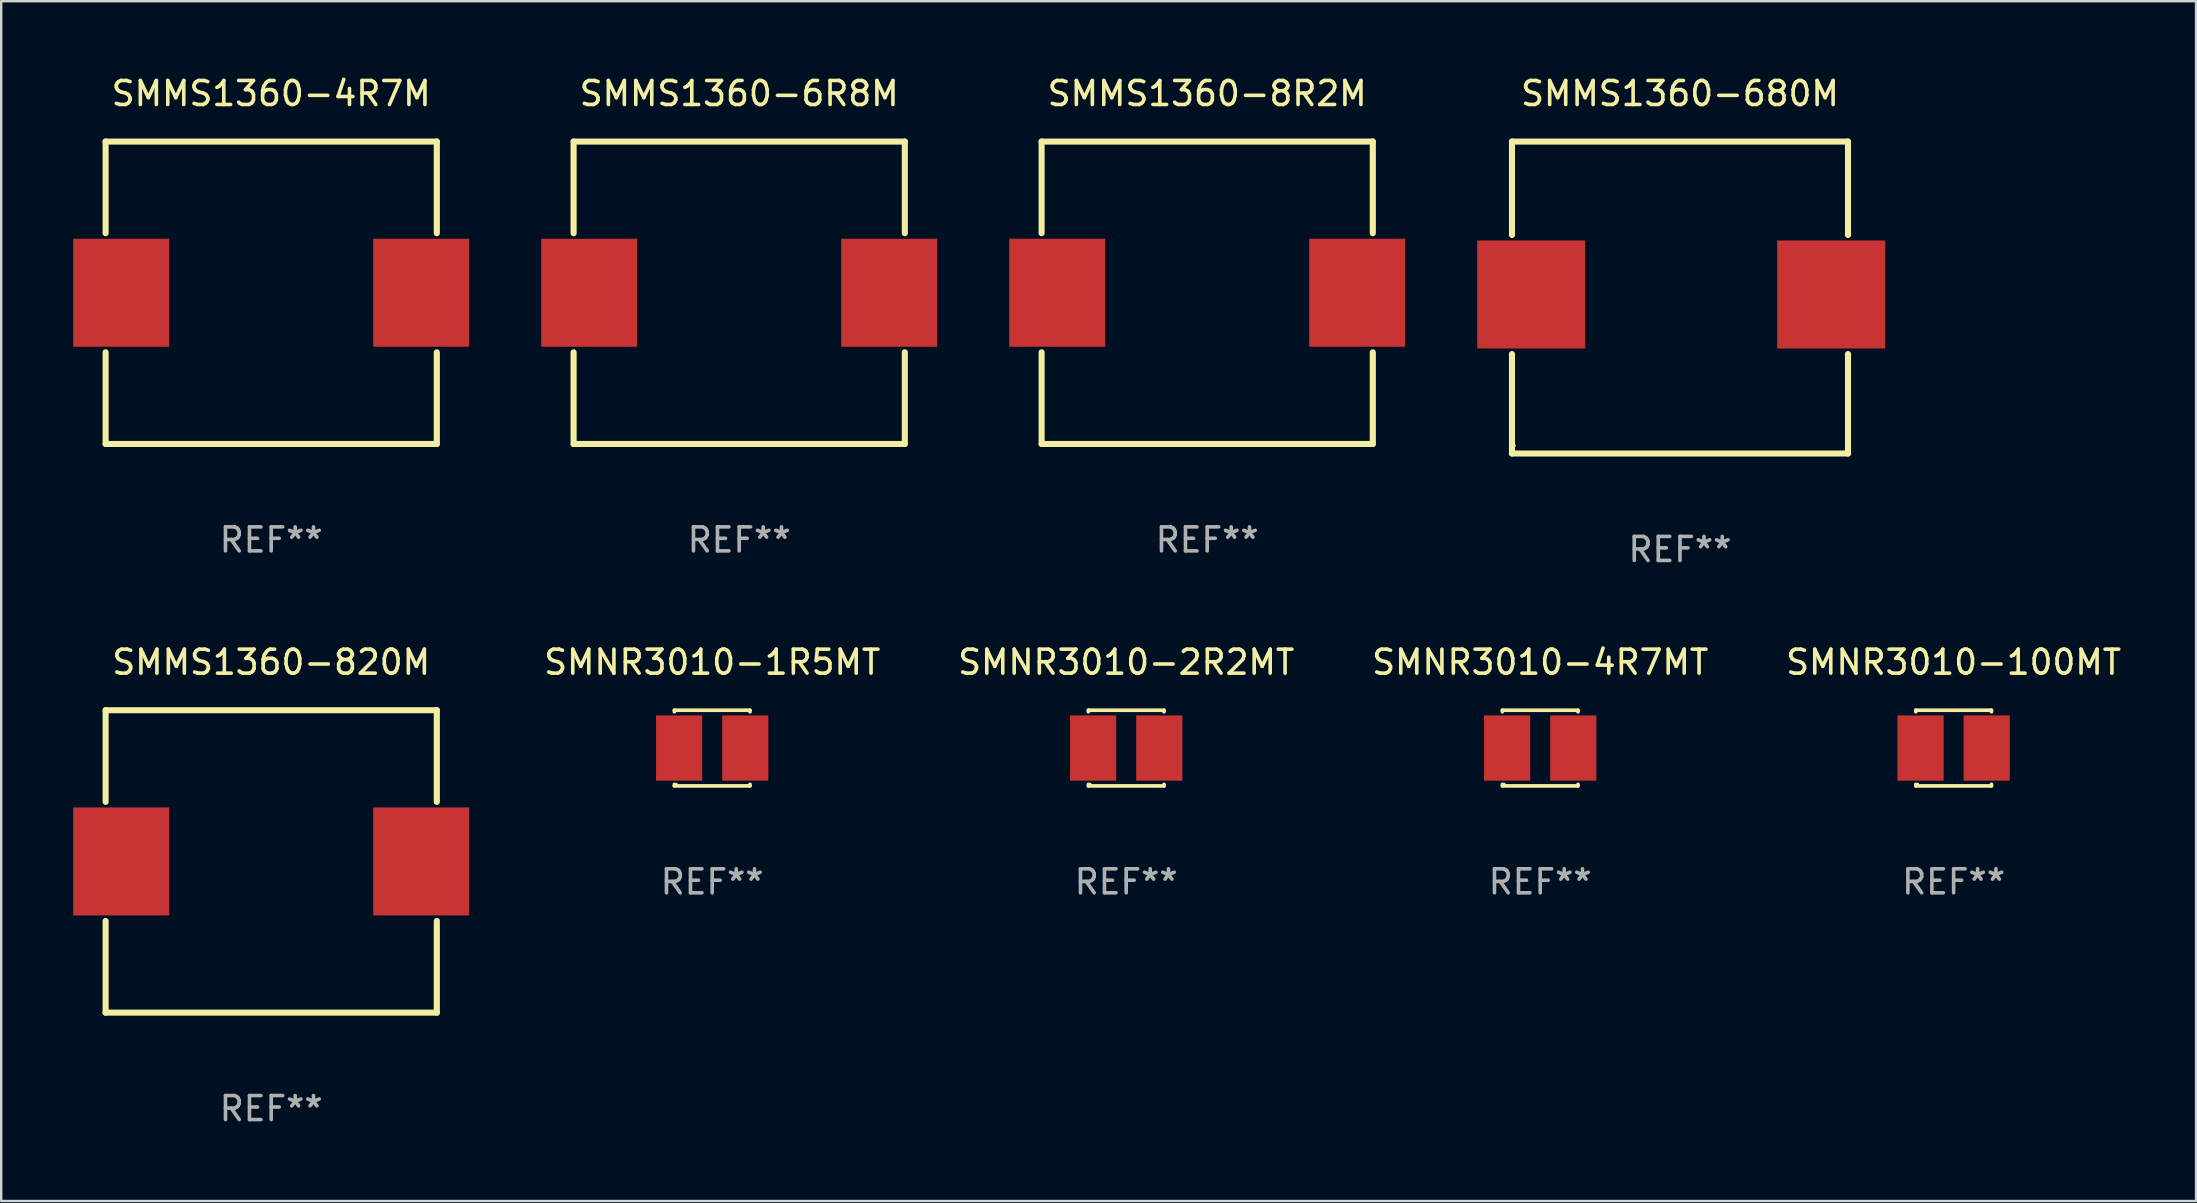
<source format=kicad_pcb>
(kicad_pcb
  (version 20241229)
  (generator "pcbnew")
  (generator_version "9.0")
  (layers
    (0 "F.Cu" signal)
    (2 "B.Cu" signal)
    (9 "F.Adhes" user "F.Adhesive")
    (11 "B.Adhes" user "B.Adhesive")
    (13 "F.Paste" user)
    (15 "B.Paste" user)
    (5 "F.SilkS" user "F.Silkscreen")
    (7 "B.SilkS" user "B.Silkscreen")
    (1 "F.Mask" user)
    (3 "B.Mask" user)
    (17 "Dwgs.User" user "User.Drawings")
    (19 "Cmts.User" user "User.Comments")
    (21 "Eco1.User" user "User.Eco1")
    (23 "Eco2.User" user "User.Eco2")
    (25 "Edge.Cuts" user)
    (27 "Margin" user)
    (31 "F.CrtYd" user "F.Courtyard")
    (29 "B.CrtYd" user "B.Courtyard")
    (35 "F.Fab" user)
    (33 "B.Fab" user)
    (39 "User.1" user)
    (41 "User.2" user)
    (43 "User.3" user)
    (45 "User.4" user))
  (footprint "SMNR3010-2R2MT"
    (layer "F.Cu")
    (at 43.875 28.119)
    (property "Reference" "SMNR3010-2R2MT" (at 0 -3.576 0) (layer "F.SilkS") (effects (font (size 1 1) (thickness 0.15))))
    (attr through_hole)
    (fp_line (start -1.576 -1.576) (end 1.576 -1.576) (stroke (width 0.152) (type solid)) (layer "F.SilkS"))
    (fp_line (start -1.576 -1.512) (end -1.576 -1.576) (stroke (width 0.152) (type solid)) (layer "F.SilkS"))
    (fp_line (start -1.576 1.512) (end -1.576 1.576) (stroke (width 0.152) (type solid)) (layer "F.SilkS"))
    (fp_line (start -1.576 1.576) (end 1.576 1.576) (stroke (width 0.152) (type solid)) (layer "F.SilkS"))
    (fp_line (start 1.576 -1.576) (end 1.576 -1.512) (stroke (width 0.152) (type solid)) (layer "F.SilkS"))
    (fp_line (start 1.576 1.576) (end 1.576 1.512) (stroke (width 0.152) (type solid)) (layer "F.SilkS"))
    (fp_circle (center -1.5 1.5) (end -1.47 1.5) (stroke (width 0.06) (type solid)) (fill no) (layer "F.SilkS"))
    (fp_text user "REF**" (at 0 5.576 0) (layer "F.Fab") (effects (font (size 1 1) (thickness 0.15))))
    (pad "1" smd rect (at 1.378 0) (size 1.924 2.72) (layers "F.Cu" "F.Mask" "F.Paste"))
    (pad "2" smd rect (at -1.378 0) (size 1.924 2.72) (layers "F.Cu" "F.Mask" "F.Paste")))
  (footprint "SMMS1360-820M"
    (layer "F.Cu")
    (at 8.25 32.843)
    (property "Reference" "SMMS1360-820M" (at 0 -8.3 0) (layer "F.SilkS") (effects (font (size 1 1) (thickness 0.15))))
    (attr through_hole)
    (fp_line (start -6.9 -6.3) (end -6.9 -2.481) (stroke (width 0.254) (type solid)) (layer "F.SilkS"))
    (fp_line (start -6.9 -6.3) (end 6.9 -6.3) (stroke (width 0.254) (type solid)) (layer "F.SilkS"))
    (fp_line (start -6.9 2.481) (end -6.9 6.3) (stroke (width 0.254) (type solid)) (layer "F.SilkS"))
    (fp_line (start 6.9 -6.3) (end 6.9 -2.481) (stroke (width 0.254) (type solid)) (layer "F.SilkS"))
    (fp_line (start 6.9 2.481) (end 6.9 6.3) (stroke (width 0.254) (type solid)) (layer "F.SilkS"))
    (fp_line (start 6.9 6.3) (end -6.9 6.3) (stroke (width 0.254) (type solid)) (layer "F.SilkS"))
    (fp_circle (center -6.9 6.3) (end -6.87 6.3) (stroke (width 0.06) (type solid)) (fill no) (layer "F.SilkS"))
    (fp_text user "REF**" (at 0 10.3 0) (layer "F.Fab") (effects (font (size 1 1) (thickness 0.15))))
    (pad "1" smd rect (at -6.25 0) (size 4 4.5) (layers "F.Cu" "F.Mask" "F.Paste"))
    (pad "2" smd rect (at 6.25 0) (size 4 4.5) (layers "F.Cu" "F.Mask" "F.Paste")))
  (footprint "SMMS1360-8R2M"
    (layer "F.Cu")
    (at 47.25 9.148)
    (property "Reference" "SMMS1360-8R2M" (at 0 -8.3 0) (layer "F.SilkS") (effects (font (size 1 1) (thickness 0.15))))
    (attr through_hole)
    (fp_line (start -6.9 -6.3) (end -6.9 -2.481) (stroke (width 0.254) (type solid)) (layer "F.SilkS"))
    (fp_line (start -6.9 -6.3) (end 6.9 -6.3) (stroke (width 0.254) (type solid)) (layer "F.SilkS"))
    (fp_line (start -6.9 2.481) (end -6.9 6.3) (stroke (width 0.254) (type solid)) (layer "F.SilkS"))
    (fp_line (start 6.9 -6.3) (end 6.9 -2.481) (stroke (width 0.254) (type solid)) (layer "F.SilkS"))
    (fp_line (start 6.9 2.481) (end 6.9 6.3) (stroke (width 0.254) (type solid)) (layer "F.SilkS"))
    (fp_line (start 6.9 6.3) (end -6.9 6.3) (stroke (width 0.254) (type solid)) (layer "F.SilkS"))
    (fp_circle (center -6.9 6.3) (end -6.87 6.3) (stroke (width 0.06) (type solid)) (fill no) (layer "F.SilkS"))
    (fp_text user "REF**" (at 0 10.3 0) (layer "F.Fab") (effects (font (size 1 1) (thickness 0.15))))
    (pad "1" smd rect (at -6.25 0) (size 4 4.5) (layers "F.Cu" "F.Mask" "F.Paste"))
    (pad "2" smd rect (at 6.25 0) (size 4 4.5) (layers "F.Cu" "F.Mask" "F.Paste")))
  (footprint "SMNR3010-100MT"
    (layer "F.Cu")
    (at 78.351 28.119)
    (property "Reference" "SMNR3010-100MT" (at 0 -3.576 0) (layer "F.SilkS") (effects (font (size 1 1) (thickness 0.15))))
    (attr through_hole)
    (fp_line (start -1.576 -1.576) (end 1.576 -1.576) (stroke (width 0.152) (type solid)) (layer "F.SilkS"))
    (fp_line (start -1.576 -1.512) (end -1.576 -1.576) (stroke (width 0.152) (type solid)) (layer "F.SilkS"))
    (fp_line (start -1.576 1.512) (end -1.576 1.576) (stroke (width 0.152) (type solid)) (layer "F.SilkS"))
    (fp_line (start -1.576 1.576) (end 1.576 1.576) (stroke (width 0.152) (type solid)) (layer "F.SilkS"))
    (fp_line (start 1.576 -1.576) (end 1.576 -1.512) (stroke (width 0.152) (type solid)) (layer "F.SilkS"))
    (fp_line (start 1.576 1.576) (end 1.576 1.512) (stroke (width 0.152) (type solid)) (layer "F.SilkS"))
    (fp_circle (center -1.5 1.5) (end -1.47 1.5) (stroke (width 0.06) (type solid)) (fill no) (layer "F.SilkS"))
    (fp_text user "REF**" (at 0 5.576 0) (layer "F.Fab") (effects (font (size 1 1) (thickness 0.15))))
    (pad "1" smd rect (at 1.378 0) (size 1.924 2.72) (layers "F.Cu" "F.Mask" "F.Paste"))
    (pad "2" smd rect (at -1.378 0) (size 1.924 2.72) (layers "F.Cu" "F.Mask" "F.Paste")))
  (footprint "SMNR3010-1R5MT"
    (layer "F.Cu")
    (at 26.625 28.119)
    (property "Reference" "SMNR3010-1R5MT" (at 0 -3.576 0) (layer "F.SilkS") (effects (font (size 1 1) (thickness 0.15))))
    (attr through_hole)
    (fp_line (start -1.576 -1.576) (end 1.576 -1.576) (stroke (width 0.152) (type solid)) (layer "F.SilkS"))
    (fp_line (start -1.576 -1.512) (end -1.576 -1.576) (stroke (width 0.152) (type solid)) (layer "F.SilkS"))
    (fp_line (start -1.576 1.512) (end -1.576 1.576) (stroke (width 0.152) (type solid)) (layer "F.SilkS"))
    (fp_line (start -1.576 1.576) (end 1.576 1.576) (stroke (width 0.152) (type solid)) (layer "F.SilkS"))
    (fp_line (start 1.576 -1.576) (end 1.576 -1.512) (stroke (width 0.152) (type solid)) (layer "F.SilkS"))
    (fp_line (start 1.576 1.576) (end 1.576 1.512) (stroke (width 0.152) (type solid)) (layer "F.SilkS"))
    (fp_circle (center -1.5 1.5) (end -1.47 1.5) (stroke (width 0.06) (type solid)) (fill no) (layer "F.SilkS"))
    (fp_text user "REF**" (at 0 5.576 0) (layer "F.Fab") (effects (font (size 1 1) (thickness 0.15))))
    (pad "1" smd rect (at 1.378 0) (size 1.924 2.72) (layers "F.Cu" "F.Mask" "F.Paste"))
    (pad "2" smd rect (at -1.378 0) (size 1.924 2.72) (layers "F.Cu" "F.Mask" "F.Paste")))
  (footprint "SMMS1360-6R8M"
    (layer "F.Cu")
    (at 27.75 9.148)
    (property "Reference" "SMMS1360-6R8M" (at 0 -8.3 0) (layer "F.SilkS") (effects (font (size 1 1) (thickness 0.15))))
    (attr through_hole)
    (fp_line (start -6.9 -6.3) (end -6.9 -2.481) (stroke (width 0.254) (type solid)) (layer "F.SilkS"))
    (fp_line (start -6.9 -6.3) (end 6.9 -6.3) (stroke (width 0.254) (type solid)) (layer "F.SilkS"))
    (fp_line (start -6.9 2.481) (end -6.9 6.3) (stroke (width 0.254) (type solid)) (layer "F.SilkS"))
    (fp_line (start 6.9 -6.3) (end 6.9 -2.481) (stroke (width 0.254) (type solid)) (layer "F.SilkS"))
    (fp_line (start 6.9 2.481) (end 6.9 6.3) (stroke (width 0.254) (type solid)) (layer "F.SilkS"))
    (fp_line (start 6.9 6.3) (end -6.9 6.3) (stroke (width 0.254) (type solid)) (layer "F.SilkS"))
    (fp_circle (center -6.9 6.3) (end -6.87 6.3) (stroke (width 0.06) (type solid)) (fill no) (layer "F.SilkS"))
    (fp_text user "REF**" (at 0 10.3 0) (layer "F.Fab") (effects (font (size 1 1) (thickness 0.15))))
    (pad "1" smd rect (at -6.25 0) (size 4 4.5) (layers "F.Cu" "F.Mask" "F.Paste"))
    (pad "2" smd rect (at 6.25 0) (size 4 4.5) (layers "F.Cu" "F.Mask" "F.Paste")))
  (footprint "SMNR3010-4R7MT"
    (layer "F.Cu")
    (at 61.125 28.119)
    (property "Reference" "SMNR3010-4R7MT" (at 0 -3.576 0) (layer "F.SilkS") (effects (font (size 1 1) (thickness 0.15))))
    (attr through_hole)
    (fp_line (start -1.576 -1.576) (end 1.576 -1.576) (stroke (width 0.152) (type solid)) (layer "F.SilkS"))
    (fp_line (start -1.576 -1.512) (end -1.576 -1.576) (stroke (width 0.152) (type solid)) (layer "F.SilkS"))
    (fp_line (start -1.576 1.512) (end -1.576 1.576) (stroke (width 0.152) (type solid)) (layer "F.SilkS"))
    (fp_line (start -1.576 1.576) (end 1.576 1.576) (stroke (width 0.152) (type solid)) (layer "F.SilkS"))
    (fp_line (start 1.576 -1.576) (end 1.576 -1.512) (stroke (width 0.152) (type solid)) (layer "F.SilkS"))
    (fp_line (start 1.576 1.576) (end 1.576 1.512) (stroke (width 0.152) (type solid)) (layer "F.SilkS"))
    (fp_circle (center -1.5 1.5) (end -1.47 1.5) (stroke (width 0.06) (type solid)) (fill no) (layer "F.SilkS"))
    (fp_text user "REF**" (at 0 5.576 0) (layer "F.Fab") (effects (font (size 1 1) (thickness 0.15))))
    (pad "1" smd rect (at 1.378 0) (size 1.924 2.72) (layers "F.Cu" "F.Mask" "F.Paste"))
    (pad "2" smd rect (at -1.378 0) (size 1.924 2.72) (layers "F.Cu" "F.Mask" "F.Paste")))
  (footprint "SMMS1360-680M"
    (layer "F.Cu")
    (at 66.949 9.347)
    (property "Reference" "SMMS1360-680M" (at 0 -8.499 0) (layer "F.SilkS") (effects (font (size 1 1) (thickness 0.15))))
    (attr through_hole)
    (fp_line (start -7 -6.499) (end -7 -2.607) (stroke (width 0.254) (type solid)) (layer "F.SilkS"))
    (fp_line (start -7 -6.499) (end 7.001 -6.499) (stroke (width 0.254) (type solid)) (layer "F.SilkS"))
    (fp_line (start -7 2.355) (end -7 6.499) (stroke (width 0.254) (type solid)) (layer "F.SilkS"))
    (fp_line (start 7 6.499) (end -7.001 6.499) (stroke (width 0.254) (type solid)) (layer "F.SilkS"))
    (fp_line (start 7.001 -6.499) (end 7.001 -2.607) (stroke (width 0.254) (type solid)) (layer "F.SilkS"))
    (fp_line (start 7.001 2.355) (end 7.001 6.499) (stroke (width 0.254) (type solid)) (layer "F.SilkS"))
    (fp_circle (center -6.899 6.174) (end -6.869 6.174) (stroke (width 0.06) (type solid)) (fill no) (layer "F.SilkS"))
    (fp_text user "REF**" (at 0 10.499 0) (layer "F.Fab") (effects (font (size 1 1) (thickness 0.15))))
    (pad "1" smd rect (at -6.199 -0.126) (size 4.5 4.5) (layers "F.Cu" "F.Mask" "F.Paste"))
    (pad "2" smd rect (at 6.3 -0.126) (size 4.5 4.5) (layers "F.Cu" "F.Mask" "F.Paste")))
  (footprint "SMMS1360-4R7M"
    (layer "F.Cu")
    (at 8.25 9.148)
    (property "Reference" "SMMS1360-4R7M" (at 0 -8.3 0) (layer "F.SilkS") (effects (font (size 1 1) (thickness 0.15))))
    (attr through_hole)
    (fp_line (start -6.9 -6.3) (end -6.9 -2.481) (stroke (width 0.254) (type solid)) (layer "F.SilkS"))
    (fp_line (start -6.9 -6.3) (end 6.9 -6.3) (stroke (width 0.254) (type solid)) (layer "F.SilkS"))
    (fp_line (start -6.9 2.481) (end -6.9 6.3) (stroke (width 0.254) (type solid)) (layer "F.SilkS"))
    (fp_line (start 6.9 -6.3) (end 6.9 -2.481) (stroke (width 0.254) (type solid)) (layer "F.SilkS"))
    (fp_line (start 6.9 2.481) (end 6.9 6.3) (stroke (width 0.254) (type solid)) (layer "F.SilkS"))
    (fp_line (start 6.9 6.3) (end -6.9 6.3) (stroke (width 0.254) (type solid)) (layer "F.SilkS"))
    (fp_circle (center -6.9 6.3) (end -6.87 6.3) (stroke (width 0.06) (type solid)) (fill no) (layer "F.SilkS"))
    (fp_text user "REF**" (at 0 10.3 0) (layer "F.Fab") (effects (font (size 1 1) (thickness 0.15))))
    (pad "1" smd rect (at -6.25 0) (size 4 4.5) (layers "F.Cu" "F.Mask" "F.Paste"))
    (pad "2" smd rect (at 6.25 0) (size 4 4.5) (layers "F.Cu" "F.Mask" "F.Paste")))
  (gr_rect
    (start -3 -3)
    (end 88.452 46.991)
    (stroke (width 0.1) (type default))
    (fill no)
    (layer "Edge.Cuts")))
</source>
